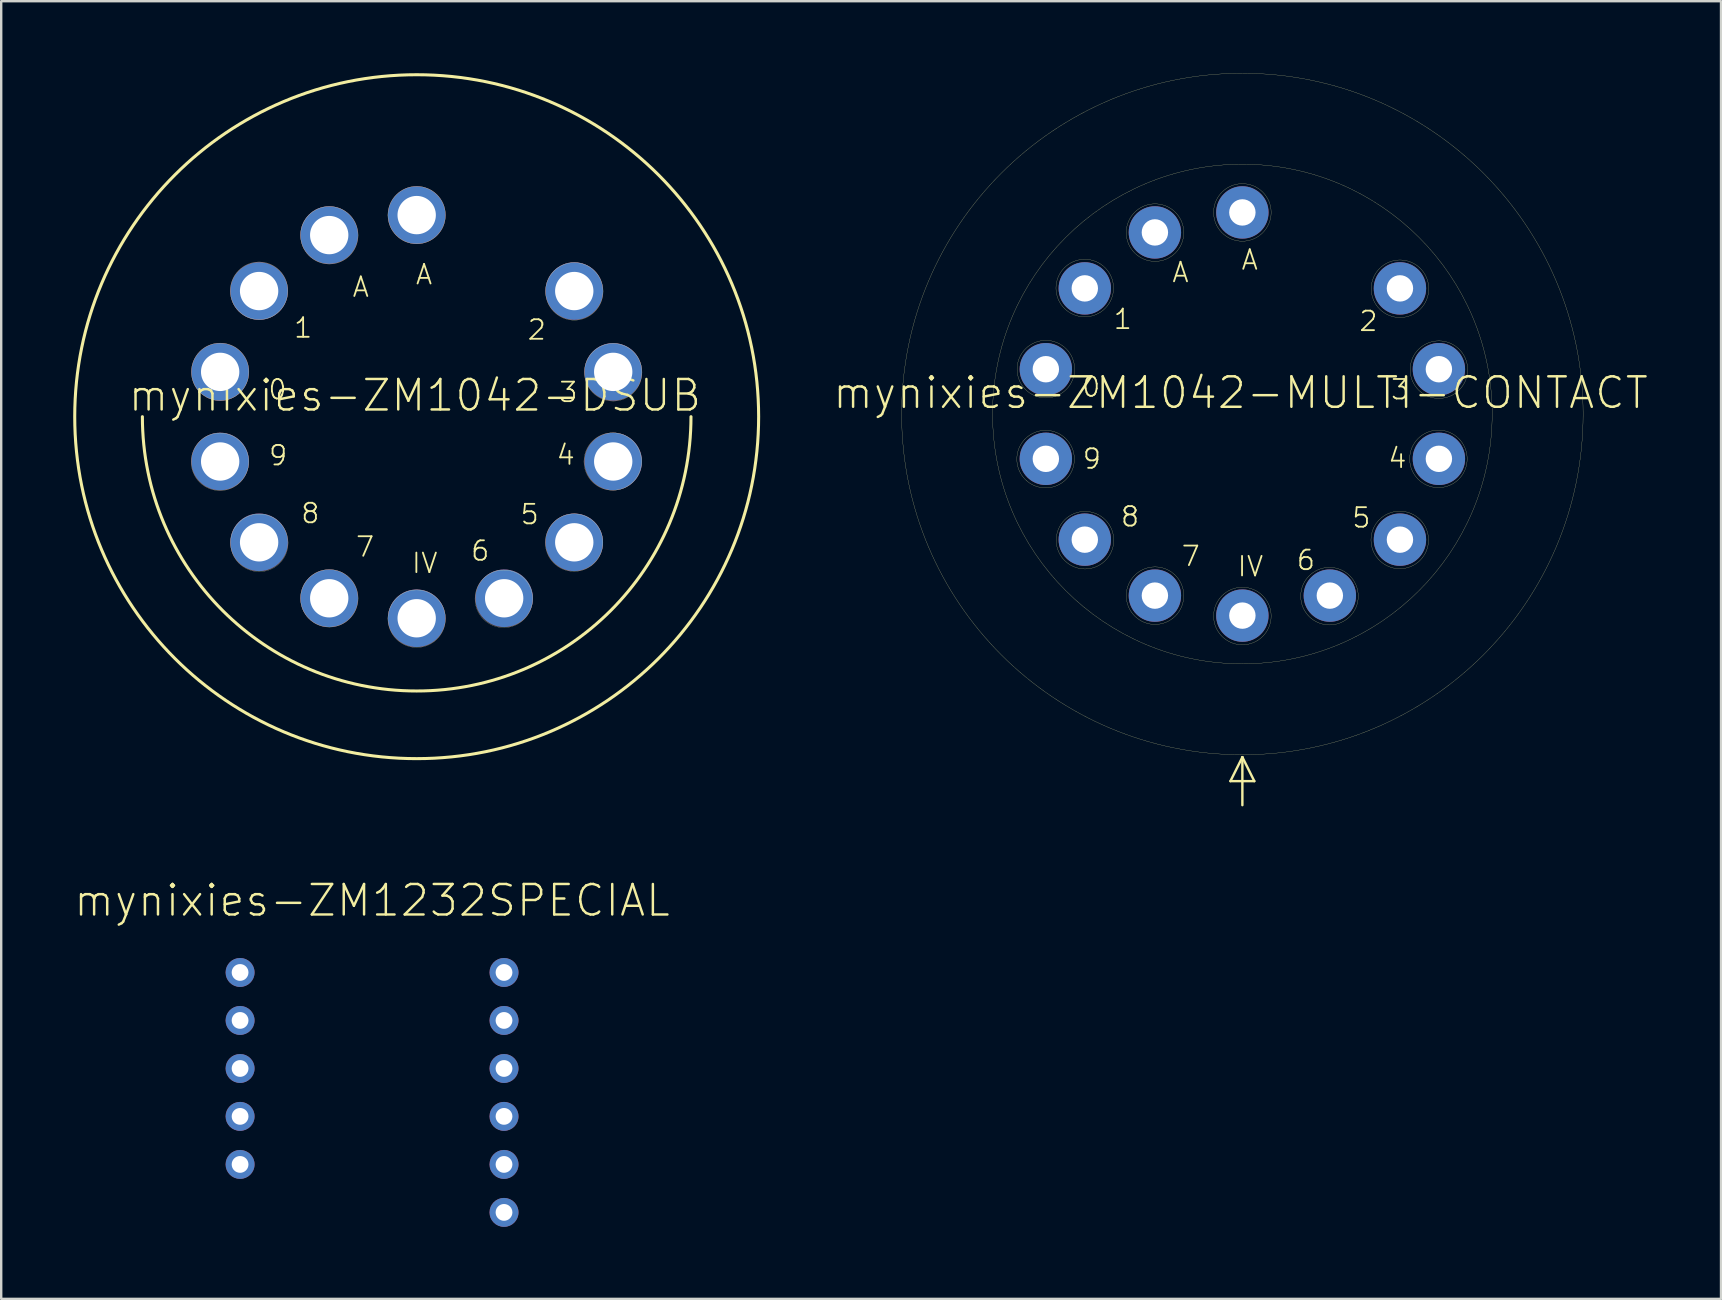
<source format=kicad_pcb>
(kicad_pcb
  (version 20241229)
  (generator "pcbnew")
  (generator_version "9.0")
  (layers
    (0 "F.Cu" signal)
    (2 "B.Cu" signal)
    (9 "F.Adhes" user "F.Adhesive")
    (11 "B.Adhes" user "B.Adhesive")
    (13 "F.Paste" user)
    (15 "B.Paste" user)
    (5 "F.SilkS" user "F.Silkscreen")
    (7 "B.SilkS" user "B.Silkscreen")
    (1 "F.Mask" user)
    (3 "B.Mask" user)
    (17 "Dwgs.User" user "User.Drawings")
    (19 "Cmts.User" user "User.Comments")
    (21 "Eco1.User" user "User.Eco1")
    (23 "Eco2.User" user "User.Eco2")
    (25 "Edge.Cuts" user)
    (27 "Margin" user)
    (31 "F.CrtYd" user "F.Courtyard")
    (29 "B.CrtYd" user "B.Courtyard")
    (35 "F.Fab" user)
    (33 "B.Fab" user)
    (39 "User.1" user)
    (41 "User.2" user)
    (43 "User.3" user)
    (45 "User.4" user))
  (footprint "mynixies-ZM1232SPECIAL"
    (layer "F.Cu")
    (at 12.453 42.471)
    (property "Reference" "mynixies-ZM1232SPECIAL" (at 0 -7.998 0) (layer "F.SilkS") (effects (font (size 1.27 1.27) (thickness 0.102))))
    (attr exclude_from_pos_files exclude_from_bom)
    (pad "0" thru_hole circle (at 5.499 -4.999) (size 1.206 1.206) (drill 0.699) (layers "*.Cu" "*.Mask"))
    (pad "1" thru_hole circle (at -5.499 -3) (size 1.206 1.206) (drill 0.699) (layers "*.Cu" "*.Mask"))
    (pad "2" thru_hole circle (at -5.499 -0.998) (size 1.206 1.206) (drill 0.699) (layers "*.Cu" "*.Mask"))
    (pad "3" thru_hole circle (at -5.499 0.998) (size 1.206 1.206) (drill 0.699) (layers "*.Cu" "*.Mask"))
    (pad "4" thru_hole circle (at -5.499 3) (size 1.206 1.206) (drill 0.699) (layers "*.Cu" "*.Mask"))
    (pad "5" thru_hole circle (at 5.499 4.999) (size 1.206 1.206) (drill 0.699) (layers "*.Cu" "*.Mask"))
    (pad "6" thru_hole circle (at 5.499 3) (size 1.206 1.206) (drill 0.699) (layers "*.Cu" "*.Mask"))
    (pad "7" thru_hole circle (at 5.499 0.998) (size 1.206 1.206) (drill 0.699) (layers "*.Cu" "*.Mask"))
    (pad "8" thru_hole circle (at 5.499 -0.998) (size 1.206 1.206) (drill 0.699) (layers "*.Cu" "*.Mask"))
    (pad "9" thru_hole circle (at 5.499 -3) (size 1.206 1.206) (drill 0.699) (layers "*.Cu" "*.Mask"))
    (pad "A" thru_hole circle (at -5.499 -4.999) (size 1.206 1.206) (drill 0.699) (layers "*.Cu" "*.Mask")))
  (footprint "mynixies-ZM1042-MULTI-CONTACT"
    (layer "F.Cu")
    (at 48.719 14.202)
    (property "Reference" "mynixies-ZM1042-MULTI-CONTACT" (at -0.074 -0.884 0) (layer "F.SilkS") (effects (font (size 1.27 1.27) (thickness 0.102))))
    (attr exclude_from_pos_files exclude_from_bom)
    (fp_line (start -0.498 15.298) (end 0.498 15.298) (stroke (width 0.1) (type solid)) (layer "F.SilkS"))
    (fp_line (start 0 14.298) (end -0.498 15.298) (stroke (width 0.1) (type solid)) (layer "F.SilkS"))
    (fp_line (start 0 14.298) (end 0 16.299) (stroke (width 0.1) (type solid)) (layer "F.SilkS"))
    (fp_line (start 0.498 15.298) (end 0 14.298) (stroke (width 0.1) (type solid)) (layer "F.SilkS"))
    (fp_circle (center -8.199 1.88) (end -8.199 0.681) (stroke (width 0.008) (type solid)) (fill no) (layer "F.SilkS"))
    (fp_circle (center -8.189 -1.869) (end -8.189 -3.068) (stroke (width 0.008) (type solid)) (fill no) (layer "F.SilkS"))
    (fp_circle (center -6.568 -5.248) (end -6.568 -6.447) (stroke (width 0.008) (type solid)) (fill no) (layer "F.SilkS"))
    (fp_circle (center -6.558 5.258) (end -6.558 4.059) (stroke (width 0.008) (type solid)) (fill no) (layer "F.SilkS"))
    (fp_circle (center -3.64 -7.559) (end -3.64 -8.758) (stroke (width 0.008) (type solid)) (fill no) (layer "F.SilkS"))
    (fp_circle (center -3.64 7.569) (end -3.64 6.37) (stroke (width 0.008) (type solid)) (fill no) (layer "F.SilkS"))
    (fp_circle (center 0 -8.4) (end 0 -9.599) (stroke (width 0.008) (type solid)) (fill no) (layer "F.SilkS"))
    (fp_circle (center 0 0) (end 0 -14.199) (stroke (width 0.008) (type solid)) (fill no) (layer "F.SilkS"))
    (fp_circle (center 0 0) (end 0 -10.409) (stroke (width 0.008) (type solid)) (fill no) (layer "F.SilkS"))
    (fp_circle (center 0 8.418) (end 0 7.219) (stroke (width 0.008) (type solid)) (fill no) (layer "F.SilkS"))
    (fp_circle (center 3.63 7.59) (end 3.63 6.391) (stroke (width 0.008) (type solid)) (fill no) (layer "F.SilkS"))
    (fp_circle (center 6.558 5.248) (end 6.558 4.049) (stroke (width 0.008) (type solid)) (fill no) (layer "F.SilkS"))
    (fp_circle (center 6.568 -5.22) (end 6.568 -6.419) (stroke (width 0.008) (type solid)) (fill no) (layer "F.SilkS"))
    (fp_circle (center 8.169 1.869) (end 8.169 0.671) (stroke (width 0.008) (type solid)) (fill no) (layer "F.SilkS"))
    (fp_circle (center 8.189 -1.849) (end 8.189 -3.048) (stroke (width 0.008) (type solid)) (fill no) (layer "F.SilkS"))
    (fp_text user "A" (at 0.307 -6.424 0) (layer "F.SilkS") (effects (font (size 0.813 0.813) (thickness 0.076))))
    (fp_text user "7" (at -2.151 5.923 0) (layer "F.SilkS") (effects (font (size 0.813 0.813) (thickness 0.076))))
    (fp_text user "8" (at -4.681 4.277 0) (layer "F.SilkS") (effects (font (size 0.813 0.813) (thickness 0.076))))
    (fp_text user "IV" (at 0.335 6.353 0) (layer "F.SilkS") (effects (font (size 0.813 0.813) (thickness 0.076))))
    (fp_text user "0" (at -6.302 -1.13 0) (layer "F.SilkS") (effects (font (size 0.813 0.813) (thickness 0.076))))
    (fp_text user "2" (at 5.253 -3.868 0) (layer "F.SilkS") (effects (font (size 0.813 0.813) (thickness 0.076))))
    (fp_text user "9" (at -6.271 1.869 0) (layer "F.SilkS") (effects (font (size 0.813 0.813) (thickness 0.076))))
    (fp_text user "3" (at 6.574 -1.019 0) (layer "F.SilkS") (effects (font (size 0.813 0.813) (thickness 0.076))))
    (fp_text user "6" (at 2.647 6.091 0) (layer "F.SilkS") (effects (font (size 0.813 0.813) (thickness 0.076))))
    (fp_text user "1" (at -4.983 -3.952 0) (layer "F.SilkS") (effects (font (size 0.813 0.813) (thickness 0.076))))
    (fp_text user "5" (at 4.958 4.323 0) (layer "F.SilkS") (effects (font (size 0.813 0.813) (thickness 0.076))))
    (fp_text user "4" (at 6.459 1.841 0) (layer "F.SilkS") (effects (font (size 0.813 0.813) (thickness 0.076))))
    (fp_text user "A" (at -2.578 -5.903 0) (layer "F.SilkS") (effects (font (size 0.813 0.813) (thickness 0.076))))
    (pad "0" thru_hole circle (at -8.189 -1.867) (size 2.182 2.182) (drill 1.1) (layers "*.Cu" "*.Mask"))
    (pad "1" thru_hole circle (at -6.566 -5.235) (size 2.182 2.182) (drill 1.1) (layers "*.Cu" "*.Mask"))
    (pad "2" thru_hole circle (at 6.566 -5.235) (size 2.182 2.182) (drill 1.1) (layers "*.Cu" "*.Mask"))
    (pad "3" thru_hole circle (at 8.189 -1.867) (size 2.182 2.182) (drill 1.1) (layers "*.Cu" "*.Mask"))
    (pad "4" thru_hole circle (at 8.189 1.867) (size 2.182 2.182) (drill 1.1) (layers "*.Cu" "*.Mask"))
    (pad "5" thru_hole circle (at 6.566 5.235) (size 2.182 2.182) (drill 1.1) (layers "*.Cu" "*.Mask"))
    (pad "6" thru_hole circle (at 3.645 7.567) (size 2.182 2.182) (drill 1.1) (layers "*.Cu" "*.Mask"))
    (pad "7" thru_hole circle (at -3.645 7.567) (size 2.182 2.182) (drill 1.1) (layers "*.Cu" "*.Mask"))
    (pad "8" thru_hole circle (at -6.566 5.235) (size 2.182 2.182) (drill 1.1) (layers "*.Cu" "*.Mask"))
    (pad "9" thru_hole circle (at -8.189 1.867) (size 2.182 2.182) (drill 1.1) (layers "*.Cu" "*.Mask"))
    (pad "A" thru_hole circle (at 0 -8.4) (size 2.182 2.182) (drill 1.1) (layers "*.Cu" "*.Mask"))
    (pad "A1" thru_hole circle (at -3.645 -7.567) (size 2.182 2.182) (drill 1.1) (layers "*.Cu" "*.Mask"))
    (pad "IV" thru_hole circle (at 0 8.4) (size 2.182 2.182) (drill 1.1) (layers "*.Cu" "*.Mask")))
  (footprint "mynixies-ZM1042-DSUB"
    (layer "F.Cu")
    (at 14.313 14.313)
    (property "Reference" "mynixies-ZM1042-DSUB" (at -0.074 -0.884 0) (layer "F.SilkS") (effects (font (size 1.27 1.27) (thickness 0.102))))
    (attr exclude_from_pos_files exclude_from_bom)
    (fp_arc (start 11.43 0) (mid 0 11.43) (end -11.43 0) (stroke (width 0.127) (type solid)) (layer "F.SilkS"))
    (fp_circle (center -8.199 1.88) (end -8.199 0.681) (stroke (width 0.008) (type solid)) (fill no) (layer "F.SilkS"))
    (fp_circle (center -8.189 -1.869) (end -8.189 -3.068) (stroke (width 0.008) (type solid)) (fill no) (layer "F.SilkS"))
    (fp_circle (center -6.568 -5.248) (end -6.568 -6.447) (stroke (width 0.008) (type solid)) (fill no) (layer "F.SilkS"))
    (fp_circle (center -6.558 5.258) (end -6.558 4.059) (stroke (width 0.008) (type solid)) (fill no) (layer "F.SilkS"))
    (fp_circle (center -3.64 -7.559) (end -3.64 -8.758) (stroke (width 0.008) (type solid)) (fill no) (layer "F.SilkS"))
    (fp_circle (center -3.64 7.569) (end -3.64 6.37) (stroke (width 0.008) (type solid)) (fill no) (layer "F.SilkS"))
    (fp_circle (center 0 -8.4) (end 0 -9.599) (stroke (width 0.008) (type solid)) (fill no) (layer "F.SilkS"))
    (fp_circle (center 0 0) (end 0 -14.249) (stroke (width 0.127) (type solid)) (fill no) (layer "F.SilkS"))
    (fp_circle (center 0 8.418) (end 0 7.219) (stroke (width 0.008) (type solid)) (fill no) (layer "F.SilkS"))
    (fp_circle (center 3.63 7.59) (end 3.63 6.391) (stroke (width 0.008) (type solid)) (fill no) (layer "F.SilkS"))
    (fp_circle (center 6.558 5.248) (end 6.558 4.049) (stroke (width 0.008) (type solid)) (fill no) (layer "F.SilkS"))
    (fp_circle (center 6.568 -5.22) (end 6.568 -6.419) (stroke (width 0.008) (type solid)) (fill no) (layer "F.SilkS"))
    (fp_circle (center 8.169 1.869) (end 8.169 0.671) (stroke (width 0.008) (type solid)) (fill no) (layer "F.SilkS"))
    (fp_circle (center 8.189 -1.849) (end 8.189 -3.048) (stroke (width 0.008) (type solid)) (fill no) (layer "F.SilkS"))
    (fp_text user "3" (at 6.322 -1.019 0) (layer "F.SilkS") (effects (font (size 0.813 0.813) (thickness 0.076))))
    (fp_text user "4" (at 6.21 1.593 0) (layer "F.SilkS") (effects (font (size 0.813 0.813) (thickness 0.076))))
    (fp_text user "0" (at -5.801 -1.13 0) (layer "F.SilkS") (effects (font (size 0.813 0.813) (thickness 0.076))))
    (fp_text user "IV" (at 0.335 6.104 0) (layer "F.SilkS") (effects (font (size 0.813 0.813) (thickness 0.076))))
    (fp_text user "7" (at -2.151 5.423 0) (layer "F.SilkS") (effects (font (size 0.813 0.813) (thickness 0.076))))
    (fp_text user "1" (at -4.732 -3.701 0) (layer "F.SilkS") (effects (font (size 0.813 0.813) (thickness 0.076))))
    (fp_text user "9" (at -5.773 1.618 0) (layer "F.SilkS") (effects (font (size 0.813 0.813) (thickness 0.076))))
    (fp_text user "A" (at -2.329 -5.403 0) (layer "F.SilkS") (effects (font (size 0.813 0.813) (thickness 0.076))))
    (fp_text user "8" (at -4.432 4.028 0) (layer "F.SilkS") (effects (font (size 0.813 0.813) (thickness 0.076))))
    (fp_text user "2" (at 5.004 -3.619 0) (layer "F.SilkS") (effects (font (size 0.813 0.813) (thickness 0.076))))
    (fp_text user "5" (at 4.709 4.072 0) (layer "F.SilkS") (effects (font (size 0.813 0.813) (thickness 0.076))))
    (fp_text user "A" (at 0.307 -5.923 0) (layer "F.SilkS") (effects (font (size 0.813 0.813) (thickness 0.076))))
    (fp_text user "6" (at 2.647 5.591 0) (layer "F.SilkS") (effects (font (size 0.813 0.813) (thickness 0.076))))
    (pad "0" thru_hole circle (at -8.189 -1.867) (size 2.398 2.398) (drill 1.598) (layers "*.Cu" "*.Mask"))
    (pad "1" thru_hole circle (at -6.566 -5.235) (size 2.398 2.398) (drill 1.598) (layers "*.Cu" "*.Mask"))
    (pad "2" thru_hole circle (at 6.566 -5.235) (size 2.398 2.398) (drill 1.598) (layers "*.Cu" "*.Mask"))
    (pad "3" thru_hole circle (at 8.189 -1.867) (size 2.398 2.398) (drill 1.598) (layers "*.Cu" "*.Mask"))
    (pad "4" thru_hole circle (at 8.189 1.867) (size 2.398 2.398) (drill 1.598) (layers "*.Cu" "*.Mask"))
    (pad "5" thru_hole circle (at 6.566 5.235) (size 2.398 2.398) (drill 1.598) (layers "*.Cu" "*.Mask"))
    (pad "6" thru_hole circle (at 3.645 7.567) (size 2.398 2.398) (drill 1.598) (layers "*.Cu" "*.Mask"))
    (pad "7" thru_hole circle (at -3.645 7.567) (size 2.398 2.398) (drill 1.598) (layers "*.Cu" "*.Mask"))
    (pad "8" thru_hole circle (at -6.566 5.235) (size 2.398 2.398) (drill 1.598) (layers "*.Cu" "*.Mask"))
    (pad "9" thru_hole circle (at -8.189 1.867) (size 2.398 2.398) (drill 1.598) (layers "*.Cu" "*.Mask"))
    (pad "A" thru_hole circle (at 0 -8.4) (size 2.398 2.398) (drill 1.598) (layers "*.Cu" "*.Mask"))
    (pad "A1" thru_hole circle (at -3.645 -7.567) (size 2.398 2.398) (drill 1.598) (layers "*.Cu" "*.Mask"))
    (pad "IV" thru_hole circle (at 0 8.4) (size 2.398 2.398) (drill 1.598) (layers "*.Cu" "*.Mask")))
  (gr_rect
    (start -3 -3)
    (end 68.664 51.073)
    (stroke (width 0.1) (type default))
    (fill no)
    (layer "Edge.Cuts")))
</source>
